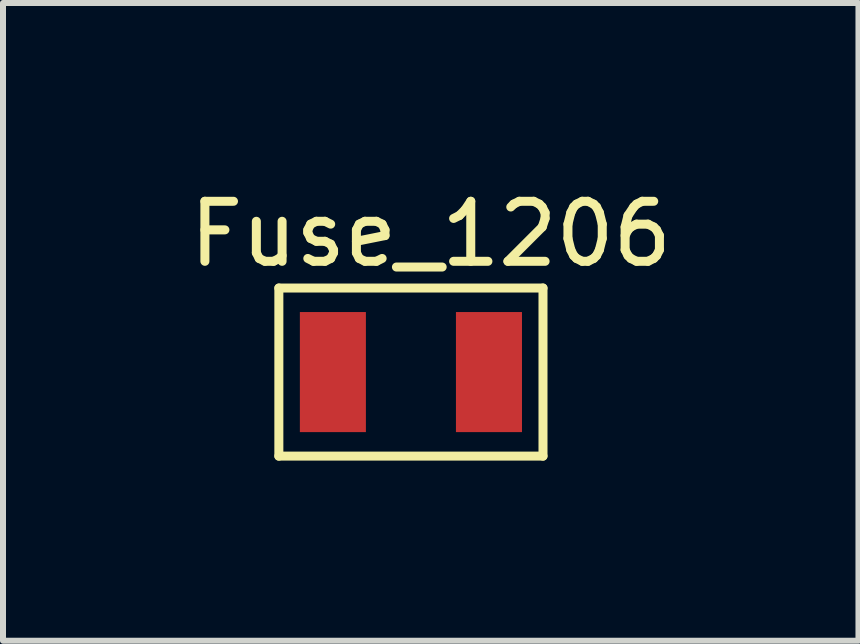
<source format=kicad_pcb>
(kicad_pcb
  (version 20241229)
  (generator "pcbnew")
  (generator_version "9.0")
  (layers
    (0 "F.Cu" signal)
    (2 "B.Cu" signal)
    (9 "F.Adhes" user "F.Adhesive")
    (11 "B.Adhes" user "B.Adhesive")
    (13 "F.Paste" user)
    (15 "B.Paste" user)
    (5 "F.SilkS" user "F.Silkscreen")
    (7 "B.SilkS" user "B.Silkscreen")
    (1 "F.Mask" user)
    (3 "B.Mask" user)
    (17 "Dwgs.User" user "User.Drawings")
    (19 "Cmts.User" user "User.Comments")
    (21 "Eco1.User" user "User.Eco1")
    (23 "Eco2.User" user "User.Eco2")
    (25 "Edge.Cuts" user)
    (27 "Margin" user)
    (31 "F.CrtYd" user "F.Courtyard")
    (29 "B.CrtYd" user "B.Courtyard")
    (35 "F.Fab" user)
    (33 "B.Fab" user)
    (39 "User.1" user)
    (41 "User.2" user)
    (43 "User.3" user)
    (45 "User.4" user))
  (footprint "Fuse_1206"
    (layer "F.Cu")
    (at 2.495 3.148)
    (property "Reference" "Fuse_1206" (at 1.63 -2.3 0) (layer "F.SilkS") (effects (font (size 1 1) (thickness 0.15))))
    (attr through_hole)
    (fp_line (start -0.9 -1.4) (end -0.9 1.4) (stroke (width 0.15) (type solid)) (layer "F.SilkS"))
    (fp_line (start -0.9 1.4) (end 3.5 1.4) (stroke (width 0.15) (type solid)) (layer "F.SilkS"))
    (fp_line (start 3.5 -1.4) (end -0.9 -1.4) (stroke (width 0.15) (type solid)) (layer "F.SilkS"))
    (fp_line (start 3.5 1.4) (end 3.5 -1.4) (stroke (width 0.15) (type solid)) (layer "F.SilkS"))
    (pad "1" smd rect (at 0 0) (size 1.1 2) (layers "F.Cu" "F.Mask" "F.Paste"))
    (pad "2" smd rect (at 2.6 0) (size 1.1 2) (layers "F.Cu" "F.Mask" "F.Paste")))
  (gr_rect
    (start -3 -3)
    (end 11.25 7.623)
    (stroke (width 0.1) (type default))
    (fill no)
    (layer "Edge.Cuts")))
</source>
